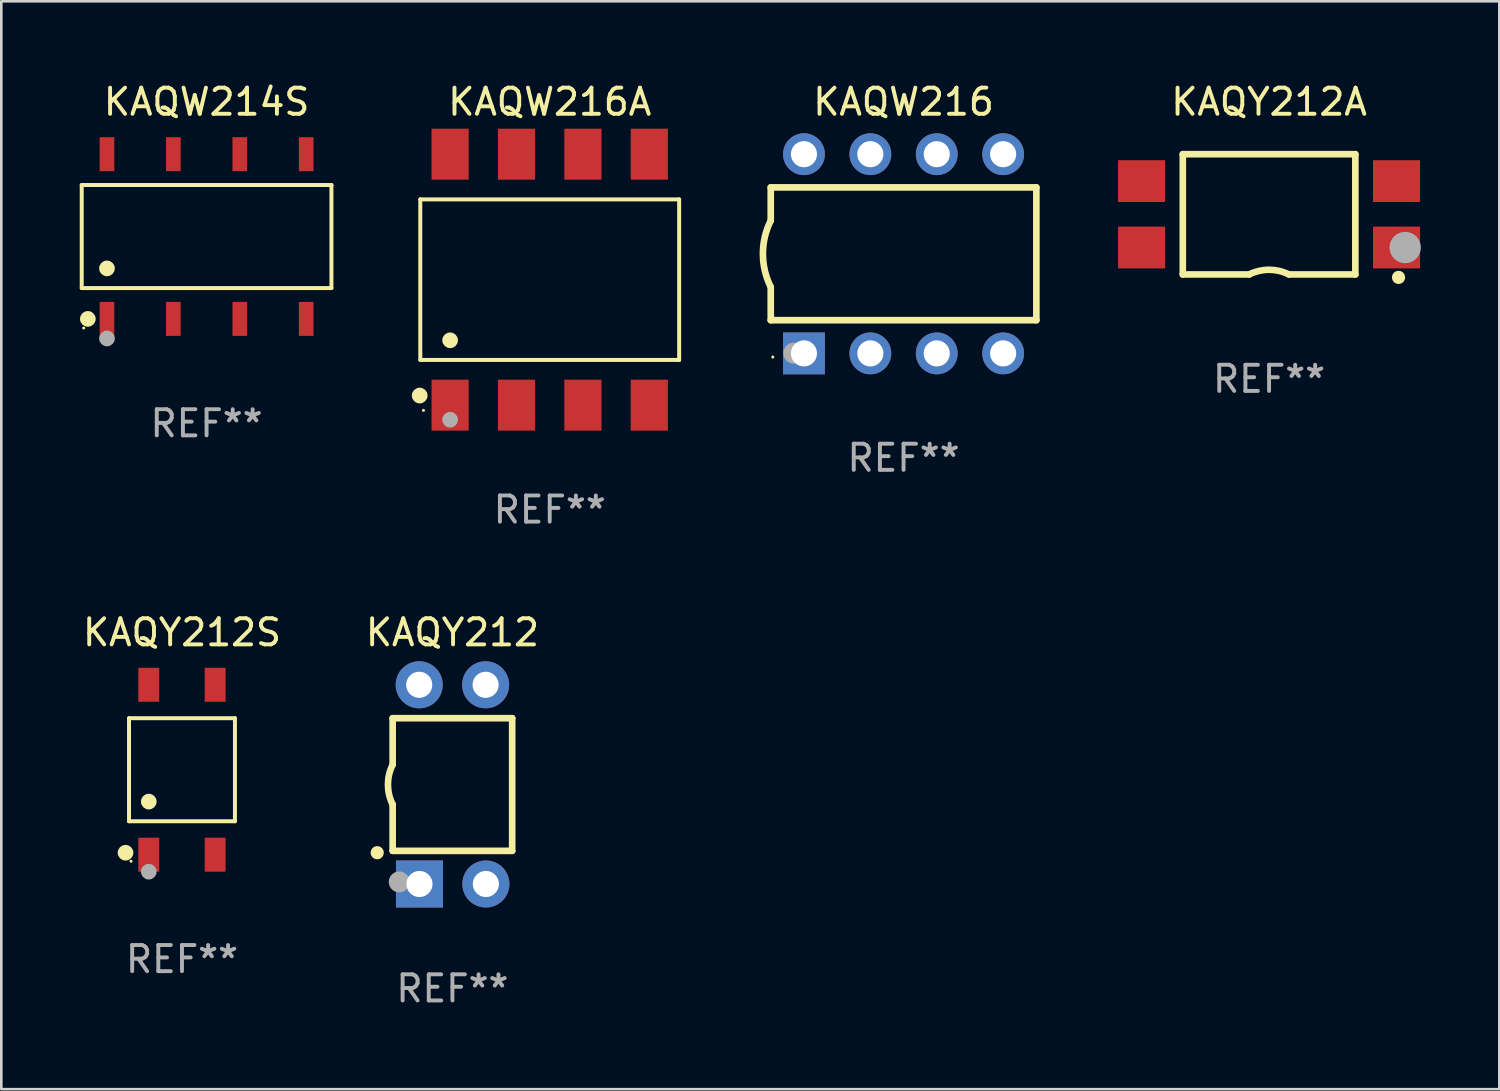
<source format=kicad_pcb>
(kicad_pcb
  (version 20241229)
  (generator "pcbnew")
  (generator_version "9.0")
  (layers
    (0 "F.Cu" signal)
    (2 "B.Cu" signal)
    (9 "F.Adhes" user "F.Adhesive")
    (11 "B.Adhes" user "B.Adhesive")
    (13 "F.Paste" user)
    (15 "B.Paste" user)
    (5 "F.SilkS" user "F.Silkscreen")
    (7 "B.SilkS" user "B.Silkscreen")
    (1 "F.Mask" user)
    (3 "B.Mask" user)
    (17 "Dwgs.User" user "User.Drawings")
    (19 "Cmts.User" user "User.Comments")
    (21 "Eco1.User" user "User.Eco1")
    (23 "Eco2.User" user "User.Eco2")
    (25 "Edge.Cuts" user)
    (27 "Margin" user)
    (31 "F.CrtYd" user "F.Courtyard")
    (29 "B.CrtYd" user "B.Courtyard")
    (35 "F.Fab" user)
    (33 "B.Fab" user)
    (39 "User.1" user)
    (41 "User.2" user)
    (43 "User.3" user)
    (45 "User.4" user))
  (footprint "KAQY212S"
    (layer "F.Cu")
    (at 3.911 26.394)
    (property "Reference" "KAQY212S" (at 0 -5.25 0) (layer "F.SilkS") (effects (font (size 1 1) (thickness 0.15))))
    (attr through_hole)
    (fp_line (start -2.026 -1.971) (end 2.026 -1.971) (stroke (width 0.152) (type solid)) (layer "F.SilkS"))
    (fp_line (start -2.026 1.971) (end -2.026 -1.971) (stroke (width 0.152) (type solid)) (layer "F.SilkS"))
    (fp_line (start 2.026 -1.971) (end 2.026 1.971) (stroke (width 0.152) (type solid)) (layer "F.SilkS"))
    (fp_line (start 2.026 1.971) (end -2.026 1.971) (stroke (width 0.152) (type solid)) (layer "F.SilkS"))
    (fp_circle (center -2.159 3.175) (end -2.009 3.175) (stroke (width 0.3) (type solid)) (fill no) (layer "F.SilkS"))
    (fp_circle (center -1.95 3.5) (end -1.92 3.5) (stroke (width 0.06) (type solid)) (fill no) (layer "F.SilkS"))
    (fp_circle (center -1.27 1.219) (end -1.12 1.219) (stroke (width 0.3) (type solid)) (fill no) (layer "F.SilkS"))
    (fp_circle (center -1.27 3.9) (end -1.12 3.9) (stroke (width 0.3) (type solid)) (fill no) (layer "F.Fab"))
    (fp_text user "REF**" (at 0 7.25 0) (layer "F.Fab") (effects (font (size 1 1) (thickness 0.15))))
    (pad "1" smd rect (at -1.27 3.25) (size 0.8 1.3) (layers "F.Cu" "F.Mask" "F.Paste"))
    (pad "2" smd rect (at 1.27 3.25) (size 0.8 1.3) (layers "F.Cu" "F.Mask" "F.Paste"))
    (pad "3" smd rect (at 1.27 -3.25) (size 0.8 1.3) (layers "F.Cu" "F.Mask" "F.Paste"))
    (pad "4" smd rect (at -1.27 -3.25) (size 0.8 1.3) (layers "F.Cu" "F.Mask" "F.Paste")))
  (footprint "KAQW214S"
    (layer "F.Cu")
    (at 4.852 5.998)
    (property "Reference" "KAQW214S" (at 0 -5.15 0) (layer "F.SilkS") (effects (font (size 1 1) (thickness 0.15))))
    (attr through_hole)
    (fp_line (start -4.776 -1.971) (end 4.776 -1.971) (stroke (width 0.152) (type solid)) (layer "F.SilkS"))
    (fp_line (start -4.776 1.971) (end -4.776 -1.971) (stroke (width 0.152) (type solid)) (layer "F.SilkS"))
    (fp_line (start 4.776 -1.971) (end 4.776 1.971) (stroke (width 0.152) (type solid)) (layer "F.SilkS"))
    (fp_line (start 4.776 1.971) (end -4.776 1.971) (stroke (width 0.152) (type solid)) (layer "F.SilkS"))
    (fp_circle (center -4.7 3.5) (end -4.67 3.5) (stroke (width 0.06) (type solid)) (fill no) (layer "F.SilkS"))
    (fp_circle (center -4.542 3.15) (end -4.392 3.15) (stroke (width 0.3) (type solid)) (fill no) (layer "F.SilkS"))
    (fp_circle (center -3.81 1.219) (end -3.66 1.219) (stroke (width 0.3) (type solid)) (fill no) (layer "F.SilkS"))
    (fp_circle (center -3.81 3.9) (end -3.66 3.9) (stroke (width 0.3) (type solid)) (fill no) (layer "F.Fab"))
    (fp_text user "REF**" (at 0 7.15 0) (layer "F.Fab") (effects (font (size 1 1) (thickness 0.15))))
    (pad "1" smd rect (at -3.81 3.15) (size 0.56 1.3) (layers "F.Cu" "F.Mask" "F.Paste"))
    (pad "2" smd rect (at -1.27 3.15) (size 0.56 1.3) (layers "F.Cu" "F.Mask" "F.Paste"))
    (pad "3" smd rect (at 1.27 3.15) (size 0.56 1.3) (layers "F.Cu" "F.Mask" "F.Paste"))
    (pad "4" smd rect (at 3.81 3.15) (size 0.56 1.3) (layers "F.Cu" "F.Mask" "F.Paste"))
    (pad "5" smd rect (at 3.81 -3.15) (size 0.56 1.3) (layers "F.Cu" "F.Mask" "F.Paste"))
    (pad "6" smd rect (at 1.27 -3.15) (size 0.56 1.3) (layers "F.Cu" "F.Mask" "F.Paste"))
    (pad "7" smd rect (at -1.27 -3.15) (size 0.56 1.3) (layers "F.Cu" "F.Mask" "F.Paste"))
    (pad "8" smd rect (at -3.81 -3.15) (size 0.56 1.3) (layers "F.Cu" "F.Mask" "F.Paste")))
  (footprint "KAQY212"
    (layer "F.Cu")
    (at 14.256 26.955)
    (property "Reference" "KAQY212" (at 0 -5.81 0) (layer "F.SilkS") (effects (font (size 1 1) (thickness 0.15))))
    (attr through_hole)
    (fp_line (start -2.286 -2.532) (end -2.286 -0.754) (stroke (width 0.254) (type solid)) (layer "F.SilkS"))
    (fp_line (start -2.286 -2.532) (end 2.286 -2.532) (stroke (width 0.254) (type solid)) (layer "F.SilkS"))
    (fp_line (start -2.286 0.77) (end -2.286 2.542) (stroke (width 0.254) (type solid)) (layer "F.SilkS"))
    (fp_line (start -2.286 2.542) (end 2.286 2.542) (stroke (width 0.254) (type solid)) (layer "F.SilkS"))
    (fp_line (start 2.286 -2.532) (end 2.286 2.542) (stroke (width 0.254) (type solid)) (layer "F.SilkS"))
    (fp_arc (start -2.286005 0.769952) (mid -2.465889 0.00795) (end -2.286005 -0.754051) (stroke (width 0.254001) (type solid)) (layer "F.SilkS"))
    (fp_circle (center -2.877 2.613) (end -2.75 2.613) (stroke (width 0.254) (type solid)) (fill no) (layer "F.SilkS"))
    (fp_circle (center -2.29 3.935) (end -2.26 3.935) (stroke (width 0.06) (type solid)) (fill no) (layer "F.SilkS"))
    (fp_circle (center -2.035 3.73) (end -1.835 3.73) (stroke (width 0.4) (type solid)) (fill no) (layer "F.Fab"))
    (fp_text user "REF**" (at 0 7.81 0) (layer "F.Fab") (effects (font (size 1 1) (thickness 0.15))))
    (pad "1" thru_hole rect (at -1.26 3.81 180) (size 1.8 1.8) (drill 1) (layers "*.Cu" "*.Mask"))
    (pad "2" thru_hole circle (at 1.28 3.81) (size 1.8 1.8) (drill 1) (layers "*.Cu" "*.Mask"))
    (pad "3" thru_hole circle (at 1.27 -3.81) (size 1.8 1.8) (drill 1) (layers "*.Cu" "*.Mask"))
    (pad "4" thru_hole circle (at -1.27 -3.81) (size 1.8 1.8) (drill 1) (layers "*.Cu" "*.Mask")))
  (footprint "KAQW216A"
    (layer "F.Cu")
    (at 17.978 7.648)
    (property "Reference" "KAQW216A" (at 0 -6.8 0) (layer "F.SilkS") (effects (font (size 1 1) (thickness 0.15))))
    (attr through_hole)
    (fp_line (start -4.951 -3.071) (end 4.951 -3.071) (stroke (width 0.152) (type solid)) (layer "F.SilkS"))
    (fp_line (start -4.951 3.071) (end -4.951 -3.071) (stroke (width 0.152) (type solid)) (layer "F.SilkS"))
    (fp_line (start 4.951 -3.071) (end 4.951 3.071) (stroke (width 0.152) (type solid)) (layer "F.SilkS"))
    (fp_line (start 4.951 3.071) (end -4.951 3.071) (stroke (width 0.152) (type solid)) (layer "F.SilkS"))
    (fp_circle (center -4.974 4.433) (end -4.823 4.433) (stroke (width 0.3) (type solid)) (fill no) (layer "F.SilkS"))
    (fp_circle (center -4.83 5) (end -4.8 5) (stroke (width 0.06) (type solid)) (fill no) (layer "F.SilkS"))
    (fp_circle (center -3.81 2.319) (end -3.66 2.319) (stroke (width 0.3) (type solid)) (fill no) (layer "F.SilkS"))
    (fp_circle (center -3.81 5.358) (end -3.66 5.358) (stroke (width 0.3) (type solid)) (fill no) (layer "F.Fab"))
    (fp_text user "REF**" (at 0 8.8 0) (layer "F.Fab") (effects (font (size 1 1) (thickness 0.15))))
    (pad "1" smd rect (at -3.81 4.8) (size 1.422 1.95) (layers "F.Cu" "F.Mask" "F.Paste"))
    (pad "2" smd rect (at -1.27 4.8) (size 1.422 1.95) (layers "F.Cu" "F.Mask" "F.Paste"))
    (pad "3" smd rect (at 1.27 4.8) (size 1.422 1.95) (layers "F.Cu" "F.Mask" "F.Paste"))
    (pad "4" smd rect (at 3.81 4.8) (size 1.422 1.95) (layers "F.Cu" "F.Mask" "F.Paste"))
    (pad "5" smd rect (at 3.81 -4.8) (size 1.422 1.95) (layers "F.Cu" "F.Mask" "F.Paste"))
    (pad "6" smd rect (at 1.27 -4.8) (size 1.422 1.95) (layers "F.Cu" "F.Mask" "F.Paste"))
    (pad "7" smd rect (at -1.27 -4.8) (size 1.422 1.95) (layers "F.Cu" "F.Mask" "F.Paste"))
    (pad "8" smd rect (at -3.81 -4.8) (size 1.422 1.95) (layers "F.Cu" "F.Mask" "F.Paste")))
  (footprint "KAQW216"
    (layer "F.Cu")
    (at 31.513 6.658)
    (property "Reference" "KAQW216" (at 0 -5.81 0) (layer "F.SilkS") (effects (font (size 1 1) (thickness 0.15))))
    (attr through_hole)
    (fp_line (start -5.08 -1.27) (end -5.08 -2.54) (stroke (width 0.254) (type solid)) (layer "F.SilkS"))
    (fp_line (start -5.08 2.54) (end -5.08 1.27) (stroke (width 0.254) (type solid)) (layer "F.SilkS"))
    (fp_line (start 5.08 -2.54) (end -5.08 -2.54) (stroke (width 0.254) (type solid)) (layer "F.SilkS"))
    (fp_line (start 5.08 2.54) (end -5.08 2.54) (stroke (width 0.254) (type solid)) (layer "F.SilkS"))
    (fp_line (start 5.08 2.54) (end 5.08 -2.54) (stroke (width 0.254) (type solid)) (layer "F.SilkS"))
    (fp_arc (start -5.080011 1.270002) (mid -5.379818 -0.000001) (end -5.08001 -1.270003) (stroke (width 0.254001) (type solid)) (layer "F.SilkS"))
    (fp_circle (center -5 3.95) (end -4.97 3.95) (stroke (width 0.06) (type solid)) (fill no) (layer "F.SilkS"))
    (fp_circle (center -4.2 3.8) (end -4 3.8) (stroke (width 0.4) (type solid)) (fill no) (layer "F.Fab"))
    (fp_text user "REF**" (at 0 7.81 0) (layer "F.Fab") (effects (font (size 1 1) (thickness 0.15))))
    (pad "1" thru_hole rect (at -3.81 3.81) (size 1.6 1.6) (drill 1) (layers "*.Cu" "*.Mask"))
    (pad "2" thru_hole circle (at -1.27 3.81) (size 1.6 1.6) (drill 1) (layers "*.Cu" "*.Mask"))
    (pad "3" thru_hole circle (at 1.27 3.81) (size 1.6 1.6) (drill 1) (layers "*.Cu" "*.Mask"))
    (pad "4" thru_hole circle (at 3.81 3.81) (size 1.6 1.6) (drill 1) (layers "*.Cu" "*.Mask"))
    (pad "5" thru_hole circle (at 3.81 -3.81) (size 1.6 1.6) (drill 1) (layers "*.Cu" "*.Mask"))
    (pad "6" thru_hole circle (at 1.27 -3.81) (size 1.6 1.6) (drill 1) (layers "*.Cu" "*.Mask"))
    (pad "7" thru_hole circle (at -1.27 -3.81) (size 1.6 1.6) (drill 1) (layers "*.Cu" "*.Mask"))
    (pad "8" thru_hole circle (at -3.81 -3.81) (size 1.6 1.6) (drill 1) (layers "*.Cu" "*.Mask")))
  (footprint "KAQY212A"
    (layer "F.Cu")
    (at 45.495 5.148)
    (property "Reference" "KAQY212A" (at 0 -4.3 0) (layer "F.SilkS") (effects (font (size 1 1) (thickness 0.15))))
    (attr through_hole)
    (fp_line (start -3.3 -2.3) (end 3.3 -2.3) (stroke (width 0.254) (type solid)) (layer "F.SilkS"))
    (fp_line (start -3.3 2.3) (end -3.3 -2.3) (stroke (width 0.254) (type solid)) (layer "F.SilkS"))
    (fp_line (start -3.3 2.3) (end -0.762 2.3) (stroke (width 0.254) (type solid)) (layer "F.SilkS"))
    (fp_line (start 3.3 -2.3) (end 3.3 2.3) (stroke (width 0.254) (type solid)) (layer "F.SilkS"))
    (fp_line (start 3.3 2.3) (end 0.762 2.3) (stroke (width 0.254) (type solid)) (layer "F.SilkS"))
    (fp_arc (start -0.761976 2.300025) (mid 0.000169 2.120943) (end 0.762027 2.301244) (stroke (width 0.254001) (type solid)) (layer "F.SilkS"))
    (fp_circle (center 4.953 2.413) (end 5.08 2.413) (stroke (width 0.254) (type solid)) (fill no) (layer "F.SilkS"))
    (fp_circle (center 5 2.3) (end 5.03 2.3) (stroke (width 0.06) (type solid)) (fill no) (layer "F.SilkS"))
    (fp_arc (start 5.334138 1.270104) (mid 5.461138 1.240123) (end 5.588139 1.270104) (stroke (width 0.254001) (type solid)) (layer "F.Fab"))
    (fp_circle (center 5.207 1.27) (end 5.507 1.27) (stroke (width 0.6) (type solid)) (fill no) (layer "F.Fab"))
    (fp_text user "REF**" (at 0 6.3 0) (layer "F.Fab") (effects (font (size 1 1) (thickness 0.15))))
    (pad "1" smd rect (at 4.876 1.27) (size 1.8 1.6) (layers "F.Cu" "F.Mask" "F.Paste"))
    (pad "2" smd rect (at 4.876 -1.27) (size 1.8 1.6) (layers "F.Cu" "F.Mask" "F.Paste"))
    (pad "3" smd rect (at -4.876 -1.27) (size 1.8 1.6) (layers "F.Cu" "F.Mask" "F.Paste"))
    (pad "4" smd rect (at -4.876 1.27) (size 1.8 1.6) (layers "F.Cu" "F.Mask" "F.Paste")))
  (gr_rect
    (start -3 -3)
    (end 54.302 38.613)
    (stroke (width 0.1) (type default))
    (fill no)
    (layer "Edge.Cuts")))
</source>
